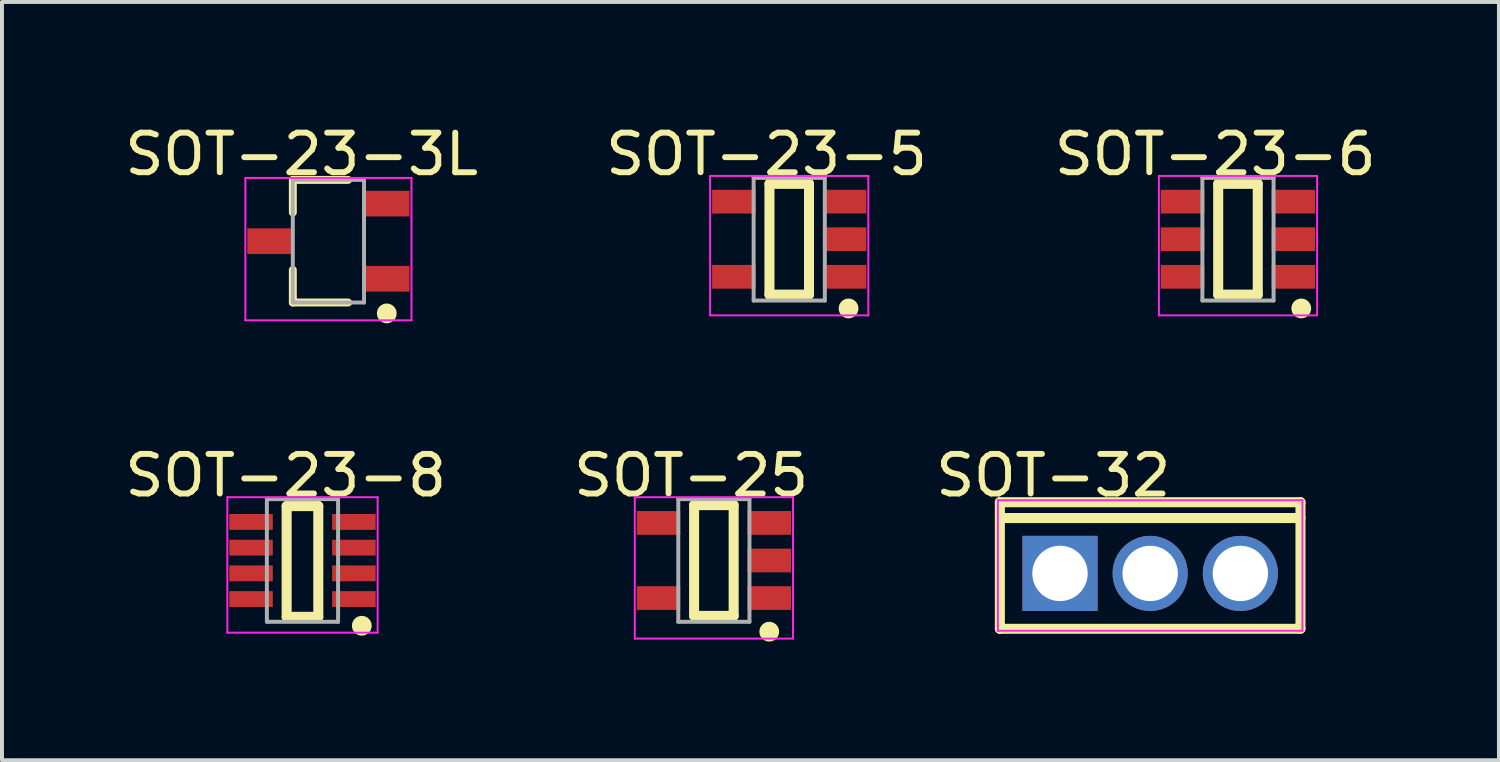
<source format=kicad_pcb>
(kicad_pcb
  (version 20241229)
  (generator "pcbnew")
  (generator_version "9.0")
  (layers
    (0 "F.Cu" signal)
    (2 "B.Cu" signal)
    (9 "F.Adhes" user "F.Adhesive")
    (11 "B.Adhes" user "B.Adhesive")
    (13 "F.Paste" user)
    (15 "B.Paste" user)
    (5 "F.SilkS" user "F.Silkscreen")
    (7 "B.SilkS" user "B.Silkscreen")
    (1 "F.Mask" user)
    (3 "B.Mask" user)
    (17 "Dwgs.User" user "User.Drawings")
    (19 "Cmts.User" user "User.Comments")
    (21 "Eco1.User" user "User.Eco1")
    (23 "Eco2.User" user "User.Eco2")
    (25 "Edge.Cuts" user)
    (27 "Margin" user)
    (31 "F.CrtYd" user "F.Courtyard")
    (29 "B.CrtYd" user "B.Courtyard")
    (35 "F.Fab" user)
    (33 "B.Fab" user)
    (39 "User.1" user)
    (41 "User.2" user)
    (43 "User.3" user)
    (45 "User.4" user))
  (footprint "SOT-23-5"
    (layer "F.Cu")
    (at 16.903 2.998)
    (property "Reference" "SOT-23-5" (at -0.575 -2.149 0) (layer "F.SilkS") (effects (font (size 1 1) (thickness 0.15))))
    (attr through_hole)
    (fp_line (start -0.5 -1.4) (end 0.5 -1.4) (stroke (width 0.254) (type solid)) (layer "F.SilkS"))
    (fp_line (start -0.5 1.4) (end -0.5 -1.4) (stroke (width 0.254) (type solid)) (layer "F.SilkS"))
    (fp_line (start -0.5 1.4) (end 0.5 1.4) (stroke (width 0.254) (type solid)) (layer "F.SilkS"))
    (fp_line (start 0.5 1.4) (end 0.5 -1.4) (stroke (width 0.254) (type solid)) (layer "F.SilkS"))
    (fp_circle (center 1.5 1.75) (end 1.625 1.75) (stroke (width 0.25) (type solid)) (fill no) (layer "F.SilkS"))
    (fp_line (start -2 -1.6) (end 2 -1.6) (stroke (width 0.05) (type solid)) (layer "F.CrtYd"))
    (fp_line (start -2 1.925) (end -2 -1.6) (stroke (width 0.05) (type solid)) (layer "F.CrtYd"))
    (fp_line (start 2 -1.6) (end 2 1.925) (stroke (width 0.05) (type solid)) (layer "F.CrtYd"))
    (fp_line (start 2 1.925) (end -2 1.925) (stroke (width 0.05) (type solid)) (layer "F.CrtYd"))
    (fp_line (start -0.9 -1.55) (end 0.9 -1.55) (stroke (width 0.1) (type solid)) (layer "F.Fab"))
    (fp_line (start -0.9 1.55) (end -0.9 -1.55) (stroke (width 0.1) (type solid)) (layer "F.Fab"))
    (fp_line (start -0.9 1.55) (end 0.9 1.55) (stroke (width 0.1) (type solid)) (layer "F.Fab"))
    (fp_line (start 0.9 1.55) (end 0.9 -1.55) (stroke (width 0.1) (type solid)) (layer "F.Fab"))
    (pad "1" smd rect (at 1.4 0.95 270) (size 0.6 1.1) (layers "F.Cu" "F.Mask" "F.Paste"))
    (pad "2" smd rect (at 1.4 0 270) (size 0.6 1.1) (layers "F.Cu" "F.Mask" "F.Paste"))
    (pad "3" smd rect (at 1.4 -0.95 270) (size 0.6 1.1) (layers "F.Cu" "F.Mask" "F.Paste"))
    (pad "4" smd rect (at -1.4 -0.95 270) (size 0.6 1.1) (layers "F.Cu" "F.Mask" "F.Paste"))
    (pad "5" smd rect (at -1.4 0.95 270) (size 0.6 1.1) (layers "F.Cu" "F.Mask" "F.Paste")))
  (footprint "SOT-32"
    (layer "F.Cu")
    (at 26.028 11.447)
    (property "Reference" "SOT-32" (at -2.451 -2.476 0) (layer "F.SilkS") (effects (font (size 1 1) (thickness 0.15))))
    (attr through_hole)
    (fp_line (start -3.8 -1.8) (end 3.8 -1.8) (stroke (width 0.254) (type solid)) (layer "F.SilkS"))
    (fp_line (start -3.8 -1.4) (end 3.8 -1.4) (stroke (width 0.254) (type solid)) (layer "F.SilkS"))
    (fp_line (start -3.8 1.4) (end -3.8 -1.8) (stroke (width 0.254) (type solid)) (layer "F.SilkS"))
    (fp_line (start -3.8 1.4) (end 3.8 1.4) (stroke (width 0.254) (type solid)) (layer "F.SilkS"))
    (fp_line (start 3.8 1.4) (end 3.8 -1.8) (stroke (width 0.254) (type solid)) (layer "F.SilkS"))
    (fp_line (start -3.85 -1.85) (end 3.85 -1.85) (stroke (width 0.05) (type solid)) (layer "F.CrtYd"))
    (fp_line (start -3.85 1.45) (end -3.85 -1.85) (stroke (width 0.05) (type solid)) (layer "F.CrtYd"))
    (fp_line (start 3.85 -1.85) (end 3.85 1.45) (stroke (width 0.05) (type solid)) (layer "F.CrtYd"))
    (fp_line (start 3.85 1.45) (end -3.85 1.45) (stroke (width 0.05) (type solid)) (layer "F.CrtYd"))
    (pad "1" thru_hole rect (at -2.28 0) (size 1.9 1.9) (drill 1.4) (layers "*.Cu" "*.Mask"))
    (pad "2" thru_hole oval (at 0 0) (size 1.9 1.9) (drill 1.4) (layers "*.Cu" "*.Mask"))
    (pad "3" thru_hole oval (at 2.28 0) (size 1.9 1.9) (drill 1.4) (layers "*.Cu" "*.Mask")))
  (footprint "SOT-23-8"
    (layer "F.Cu")
    (at 4.597 11.12)
    (property "Reference" "SOT-23-8" (at -0.424 -2.149 0) (layer "F.SilkS") (effects (font (size 1 1) (thickness 0.15))))
    (attr through_hole)
    (fp_line (start -0.4 -1.375) (end 0.4 -1.375) (stroke (width 0.254) (type solid)) (layer "F.SilkS"))
    (fp_line (start -0.4 1.425) (end -0.4 -1.375) (stroke (width 0.254) (type solid)) (layer "F.SilkS"))
    (fp_line (start -0.4 1.425) (end 0.4 1.425) (stroke (width 0.254) (type solid)) (layer "F.SilkS"))
    (fp_line (start 0.4 1.425) (end 0.4 -1.375) (stroke (width 0.254) (type solid)) (layer "F.SilkS"))
    (fp_circle (center 1.5 1.65) (end 1.625 1.65) (stroke (width 0.25) (type solid)) (fill no) (layer "F.SilkS"))
    (fp_line (start -1.9 -1.6) (end 1.9 -1.6) (stroke (width 0.05) (type solid)) (layer "F.CrtYd"))
    (fp_line (start -1.9 1.825) (end -1.9 -1.6) (stroke (width 0.05) (type solid)) (layer "F.CrtYd"))
    (fp_line (start 1.9 -1.6) (end 1.9 1.825) (stroke (width 0.05) (type solid)) (layer "F.CrtYd"))
    (fp_line (start 1.9 1.825) (end -1.9 1.825) (stroke (width 0.05) (type solid)) (layer "F.CrtYd"))
    (fp_line (start -0.9 -1.55) (end 0.9 -1.55) (stroke (width 0.1) (type solid)) (layer "F.Fab"))
    (fp_line (start -0.9 1.55) (end -0.9 -1.55) (stroke (width 0.1) (type solid)) (layer "F.Fab"))
    (fp_line (start -0.9 1.55) (end 0.9 1.55) (stroke (width 0.1) (type solid)) (layer "F.Fab"))
    (fp_line (start 0.9 1.55) (end 0.9 -1.55) (stroke (width 0.1) (type solid)) (layer "F.Fab"))
    (pad "1" smd rect (at 1.3 0.975 90) (size 0.4 1.1) (layers "F.Cu" "F.Mask" "F.Paste"))
    (pad "2" smd rect (at 1.3 0.325 90) (size 0.4 1.1) (layers "F.Cu" "F.Mask" "F.Paste"))
    (pad "3" smd rect (at 1.3 -0.325 90) (size 0.4 1.1) (layers "F.Cu" "F.Mask" "F.Paste"))
    (pad "4" smd rect (at 1.3 -0.975 90) (size 0.4 1.1) (layers "F.Cu" "F.Mask" "F.Paste"))
    (pad "5" smd rect (at -1.3 -0.975 270) (size 0.4 1.1) (layers "F.Cu" "F.Mask" "F.Paste"))
    (pad "6" smd rect (at -1.3 -0.325 270) (size 0.4 1.1) (layers "F.Cu" "F.Mask" "F.Paste"))
    (pad "7" smd rect (at -1.3 0.325 270) (size 0.4 1.1) (layers "F.Cu" "F.Mask" "F.Paste"))
    (pad "8" smd rect (at -1.3 0.975 270) (size 0.4 1.1) (layers "F.Cu" "F.Mask" "F.Paste")))
  (footprint "SOT-23-6"
    (layer "F.Cu")
    (at 28.248 2.998)
    (property "Reference" "SOT-23-6" (at -0.575 -2.149 0) (layer "F.SilkS") (effects (font (size 1 1) (thickness 0.15))))
    (attr through_hole)
    (fp_line (start -0.5 -1.4) (end 0.5 -1.4) (stroke (width 0.254) (type solid)) (layer "F.SilkS"))
    (fp_line (start -0.5 1.4) (end -0.5 -1.4) (stroke (width 0.254) (type solid)) (layer "F.SilkS"))
    (fp_line (start -0.5 1.4) (end 0.5 1.4) (stroke (width 0.254) (type solid)) (layer "F.SilkS"))
    (fp_line (start 0.5 1.4) (end 0.5 -1.4) (stroke (width 0.254) (type solid)) (layer "F.SilkS"))
    (fp_circle (center 1.6 1.75) (end 1.725 1.75) (stroke (width 0.25) (type solid)) (fill no) (layer "F.SilkS"))
    (fp_line (start -2 -1.6) (end 2 -1.6) (stroke (width 0.05) (type solid)) (layer "F.CrtYd"))
    (fp_line (start -2 1.925) (end -2 -1.6) (stroke (width 0.05) (type solid)) (layer "F.CrtYd"))
    (fp_line (start 2 -1.6) (end 2 1.925) (stroke (width 0.05) (type solid)) (layer "F.CrtYd"))
    (fp_line (start 2 1.925) (end -2 1.925) (stroke (width 0.05) (type solid)) (layer "F.CrtYd"))
    (fp_line (start -0.9 -1.55) (end 0.9 -1.55) (stroke (width 0.1) (type solid)) (layer "F.Fab"))
    (fp_line (start -0.9 1.55) (end -0.9 -1.55) (stroke (width 0.1) (type solid)) (layer "F.Fab"))
    (fp_line (start -0.9 1.55) (end 0.9 1.55) (stroke (width 0.1) (type solid)) (layer "F.Fab"))
    (fp_line (start 0.9 1.55) (end 0.9 -1.55) (stroke (width 0.1) (type solid)) (layer "F.Fab"))
    (pad "1" smd rect (at 1.4 0.95 270) (size 0.6 1.1) (layers "F.Cu" "F.Mask" "F.Paste"))
    (pad "2" smd rect (at 1.4 0 270) (size 0.6 1.1) (layers "F.Cu" "F.Mask" "F.Paste"))
    (pad "3" smd rect (at 1.4 -0.95 270) (size 0.6 1.1) (layers "F.Cu" "F.Mask" "F.Paste"))
    (pad "4" smd rect (at -1.4 -0.95 270) (size 0.6 1.1) (layers "F.Cu" "F.Mask" "F.Paste"))
    (pad "5" smd rect (at -1.4 0 270) (size 0.6 1.1) (layers "F.Cu" "F.Mask" "F.Paste"))
    (pad "6" smd rect (at -1.4 0.95 270) (size 0.6 1.1) (layers "F.Cu" "F.Mask" "F.Paste")))
  (footprint "SOT-25"
    (layer "F.Cu")
    (at 14.998 11.12)
    (property "Reference" "SOT-25" (at -0.575 -2.149 0) (layer "F.SilkS") (effects (font (size 1 1) (thickness 0.15))))
    (attr through_hole)
    (fp_line (start -0.5 -1.4) (end 0.5 -1.4) (stroke (width 0.254) (type solid)) (layer "F.SilkS"))
    (fp_line (start -0.5 1.4) (end -0.5 -1.4) (stroke (width 0.254) (type solid)) (layer "F.SilkS"))
    (fp_line (start -0.5 1.4) (end 0.5 1.4) (stroke (width 0.254) (type solid)) (layer "F.SilkS"))
    (fp_line (start 0.5 1.4) (end 0.5 -1.4) (stroke (width 0.254) (type solid)) (layer "F.SilkS"))
    (fp_circle (center 1.4 1.8) (end 1.525 1.8) (stroke (width 0.25) (type solid)) (fill no) (layer "F.SilkS"))
    (fp_line (start -2 -1.6) (end 2 -1.6) (stroke (width 0.05) (type solid)) (layer "F.CrtYd"))
    (fp_line (start -2 1.975) (end -2 -1.6) (stroke (width 0.05) (type solid)) (layer "F.CrtYd"))
    (fp_line (start 2 -1.6) (end 2 1.975) (stroke (width 0.05) (type solid)) (layer "F.CrtYd"))
    (fp_line (start 2 1.975) (end -2 1.975) (stroke (width 0.05) (type solid)) (layer "F.CrtYd"))
    (fp_line (start -0.9 -1.55) (end 0.9 -1.55) (stroke (width 0.1) (type solid)) (layer "F.Fab"))
    (fp_line (start -0.9 1.55) (end -0.9 -1.55) (stroke (width 0.1) (type solid)) (layer "F.Fab"))
    (fp_line (start -0.9 1.55) (end 0.9 1.55) (stroke (width 0.1) (type solid)) (layer "F.Fab"))
    (fp_line (start 0.9 1.55) (end 0.9 -1.55) (stroke (width 0.1) (type solid)) (layer "F.Fab"))
    (pad "1" smd rect (at 1.4 0.95 270) (size 0.6 1.1) (layers "F.Cu" "F.Mask" "F.Paste"))
    (pad "2" smd rect (at 1.4 0 270) (size 0.6 1.1) (layers "F.Cu" "F.Mask" "F.Paste"))
    (pad "3" smd rect (at 1.4 -0.95 270) (size 0.6 1.1) (layers "F.Cu" "F.Mask" "F.Paste"))
    (pad "4" smd rect (at -1.4 -0.95 270) (size 0.6 1.1) (layers "F.Cu" "F.Mask" "F.Paste"))
    (pad "5" smd rect (at -1.4 0.95 270) (size 0.6 1.1) (layers "F.Cu" "F.Mask" "F.Paste")))
  (footprint "SOT-23-3L"
    (layer "F.Cu")
    (at 5.253 3.048)
    (property "Reference" "SOT-23-3L" (at -0.675 -2.199 0) (layer "F.SilkS") (effects (font (size 1 1) (thickness 0.15))))
    (attr through_hole)
    (fp_line (start -0.9 -1.55) (end 0.5 -1.55) (stroke (width 0.2) (type solid)) (layer "F.SilkS"))
    (fp_line (start -0.9 -0.725) (end -0.9 -1.55) (stroke (width 0.2) (type solid)) (layer "F.SilkS"))
    (fp_line (start -0.9 1.55) (end -0.9 0.725) (stroke (width 0.2) (type solid)) (layer "F.SilkS"))
    (fp_line (start -0.9 1.55) (end 0.5 1.55) (stroke (width 0.2) (type solid)) (layer "F.SilkS"))
    (fp_circle (center 1.475 1.825) (end 1.6 1.825) (stroke (width 0.25) (type solid)) (fill no) (layer "F.SilkS"))
    (fp_line (start -2.1 -1.6) (end 2.1 -1.6) (stroke (width 0.05) (type solid)) (layer "F.CrtYd"))
    (fp_line (start -2.1 2) (end -2.1 -1.6) (stroke (width 0.05) (type solid)) (layer "F.CrtYd"))
    (fp_line (start 2.1 -1.6) (end 2.1 2) (stroke (width 0.05) (type solid)) (layer "F.CrtYd"))
    (fp_line (start 2.1 2) (end -2.1 2) (stroke (width 0.05) (type solid)) (layer "F.CrtYd"))
    (fp_line (start -0.9 -1.55) (end 0.9 -1.55) (stroke (width 0.1) (type solid)) (layer "F.Fab"))
    (fp_line (start -0.9 1.55) (end -0.9 -1.55) (stroke (width 0.1) (type solid)) (layer "F.Fab"))
    (fp_line (start -0.9 1.55) (end 0.9 1.55) (stroke (width 0.1) (type solid)) (layer "F.Fab"))
    (fp_line (start 0.9 1.55) (end 0.9 -1.55) (stroke (width 0.1) (type solid)) (layer "F.Fab"))
    (pad "1" smd rect (at 1.475 0.95 270) (size 0.65 1.15) (layers "F.Cu" "F.Mask" "F.Paste"))
    (pad "2" smd rect (at 1.475 -0.95 270) (size 0.65 1.15) (layers "F.Cu" "F.Mask" "F.Paste"))
    (pad "3" smd rect (at -1.475 0 270) (size 0.65 1.15) (layers "F.Cu" "F.Mask" "F.Paste")))
  (gr_rect
    (start -3 -3)
    (end 34.845 16.17)
    (stroke (width 0.1) (type default))
    (fill no)
    (layer "Edge.Cuts")))
</source>
